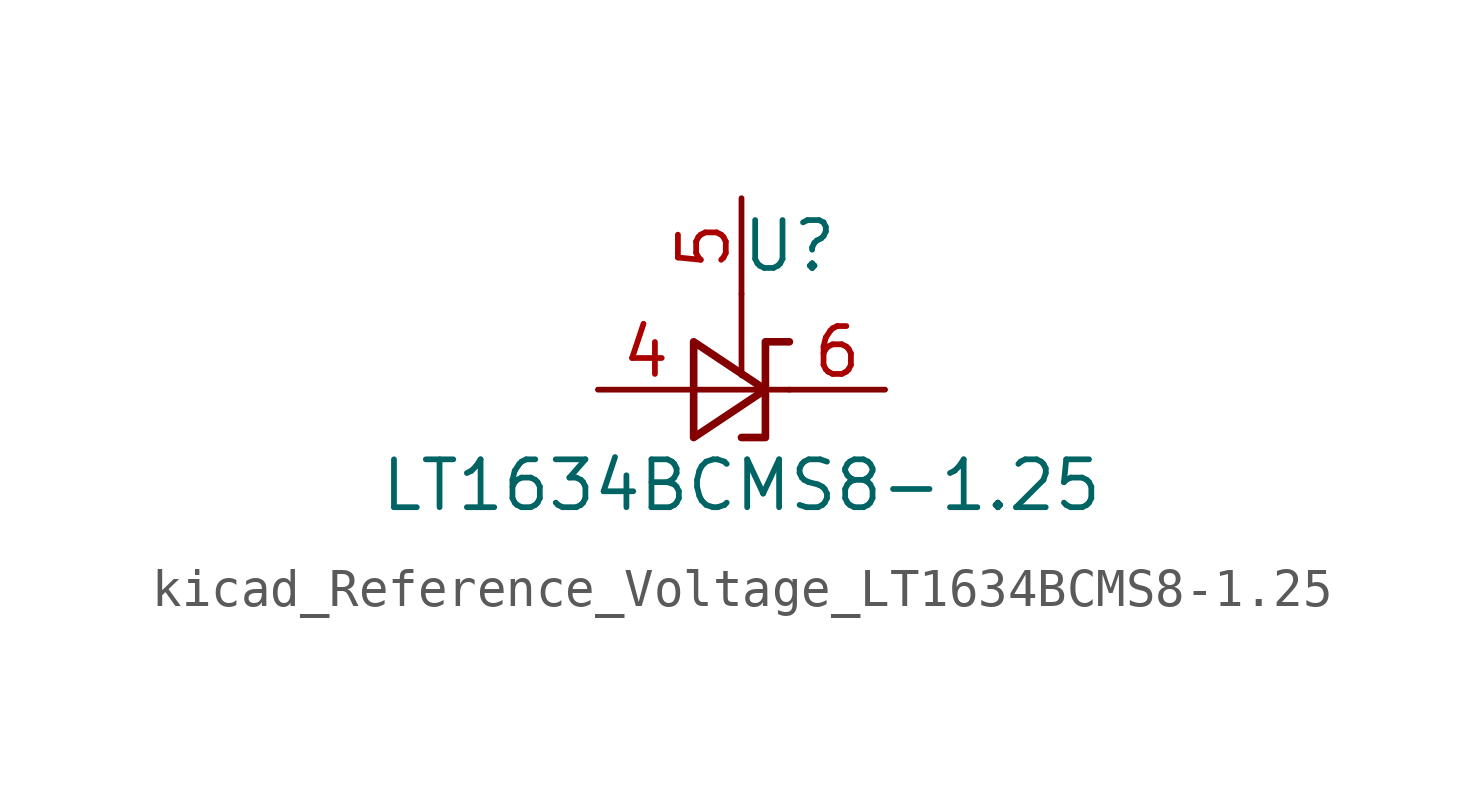
<source format=kicad_sym>
(kicad_symbol_lib
  (version 20220914)
  (generator kicad_symbol_editor)
  (symbol "kicad_Reference_Voltage_LT1634BCMS8-1.25"
    (pin_names
      (offset 0.254) hide)
    (property "Reference" "U"
      (at 1.27 3.81 0)
      (effects (font (size 1.27 1.27))))
    (property "Value" "LT1634BCMS8-1.25"
      (at 0 -2.54 0)
      (effects (font (size 1.27 1.27))))
    (symbol "kicad_Reference_Voltage_LT1634BCMS8-1.25_1_1"
      (polyline (pts (xy 0 2.54) (xy 0 0.381)) (stroke (width 0) (type default)) (fill (type none)))
      (polyline (pts (xy -1.27 0) (xy 0 0) (xy 1.27 0)) (stroke (width 0) (type default)) (fill (type none)))
      (polyline (pts (xy -1.27 -1.27) (xy 0.635 0) (xy -1.27 1.27) (xy -1.27 -1.27)) (stroke (width 0.203) (type default)) (fill (type none)))
      (polyline (pts (xy 0 -1.27) (xy 0.635 -1.27) (xy 0.635 1.27) (xy 1.27 1.27)) (stroke (width 0.203) (type default)) (fill (type none)))
      (pin passive line (at -3.81 0 0) (length 2.54) (name "A" (effects (font (size 1.27 1.27)))) (number "4" (effects (font (size 1.27 1.27)))))
      (pin input line (at 0 5.08 270) (length 2.54) (name "Test" (effects (font (size 1.27 1.27)))) (number "5" (effects (font (size 1.27 1.27)))))
      (pin passive line (at 3.81 0 180) (length 2.54) (name "K" (effects (font (size 1.27 1.27)))) (number "6" (effects (font (size 1.27 1.27))))))))
</source>
